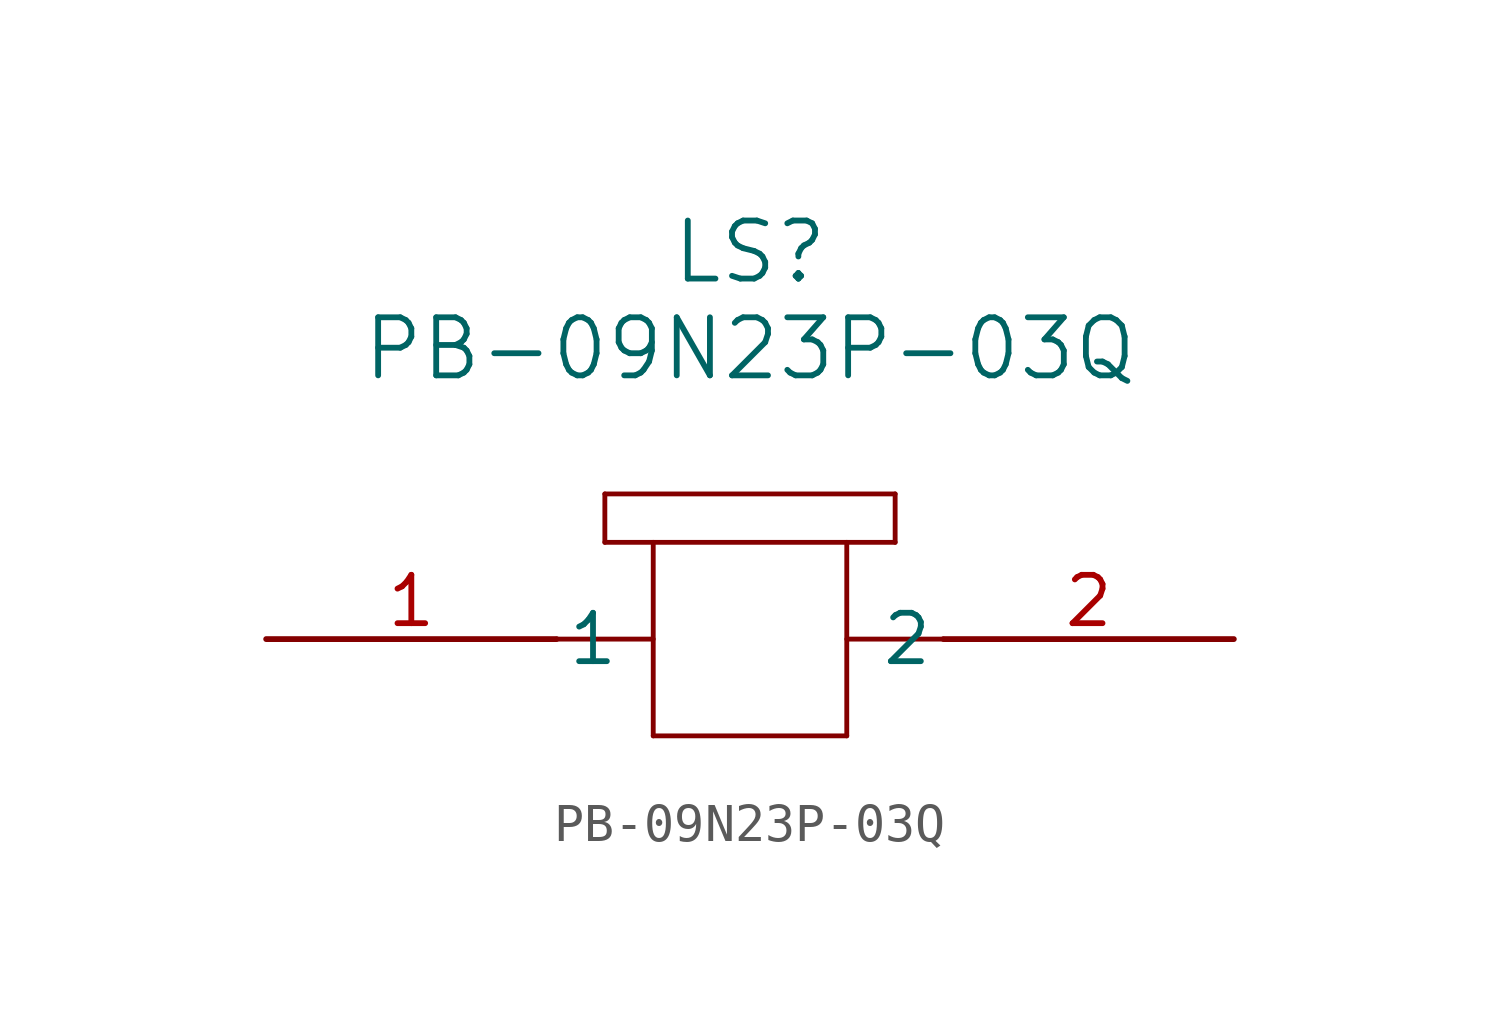
<source format=kicad_sym>
(kicad_symbol_lib
  (version 20211014)
  (generator kicad_symbol_editor)
  (symbol "PB-09N23P-03Q"
    (pin_names
      (offset 0.254))
    (property "Reference" "LS"
      (at 12.7 10.16 0)
      (effects (font (size 1.524 1.524))))
    (property "Value" "PB-09N23P-03Q"
      (at 12.7 7.62 0)
      (effects (font (size 1.524 1.524))))
    (symbol "PB-09N23P-03Q_0_1"
      (polyline (pts (xy 7.62 0) (xy 10.16 0)) (stroke (width 0.127) (type default) (color 0 0 0 0)) (fill (type none)))
      (polyline (pts (xy 17.78 0) (xy 15.24 0)) (stroke (width 0.127) (type default) (color 0 0 0 0)) (fill (type none)))
      (polyline (pts (xy 10.16 2.54) (xy 10.16 -2.54)) (stroke (width 0.127) (type default) (color 0 0 0 0)) (fill (type none)))
      (polyline (pts (xy 10.16 -2.54) (xy 15.24 -2.54)) (stroke (width 0.127) (type default) (color 0 0 0 0)) (fill (type none)))
      (polyline (pts (xy 15.24 -2.54) (xy 15.24 2.54)) (stroke (width 0.127) (type default) (color 0 0 0 0)) (fill (type none)))
      (polyline (pts (xy 16.51 2.54) (xy 8.89 2.54)) (stroke (width 0.127) (type default) (color 0 0 0 0)) (fill (type none)))
      (polyline (pts (xy 8.89 3.81) (xy 8.89 2.54)) (stroke (width 0.127) (type default) (color 0 0 0 0)) (fill (type none)))
      (polyline (pts (xy 8.89 3.81) (xy 16.51 3.81)) (stroke (width 0.127) (type default) (color 0 0 0 0)) (fill (type none)))
      (polyline (pts (xy 16.51 3.81) (xy 16.51 2.54)) (stroke (width 0.127) (type default) (color 0 0 0 0)) (fill (type none)))
      (pin unspecified line (at 0 0 0) (length 7.62) (name "1" (effects (font (size 1.27 1.27)))) (number "1" (effects (font (size 1.27 1.27)))))
      (pin unspecified line (at 25.4 0 180) (length 7.62) (name "2" (effects (font (size 1.27 1.27)))) (number "2" (effects (font (size 1.27 1.27))))))))
</source>
